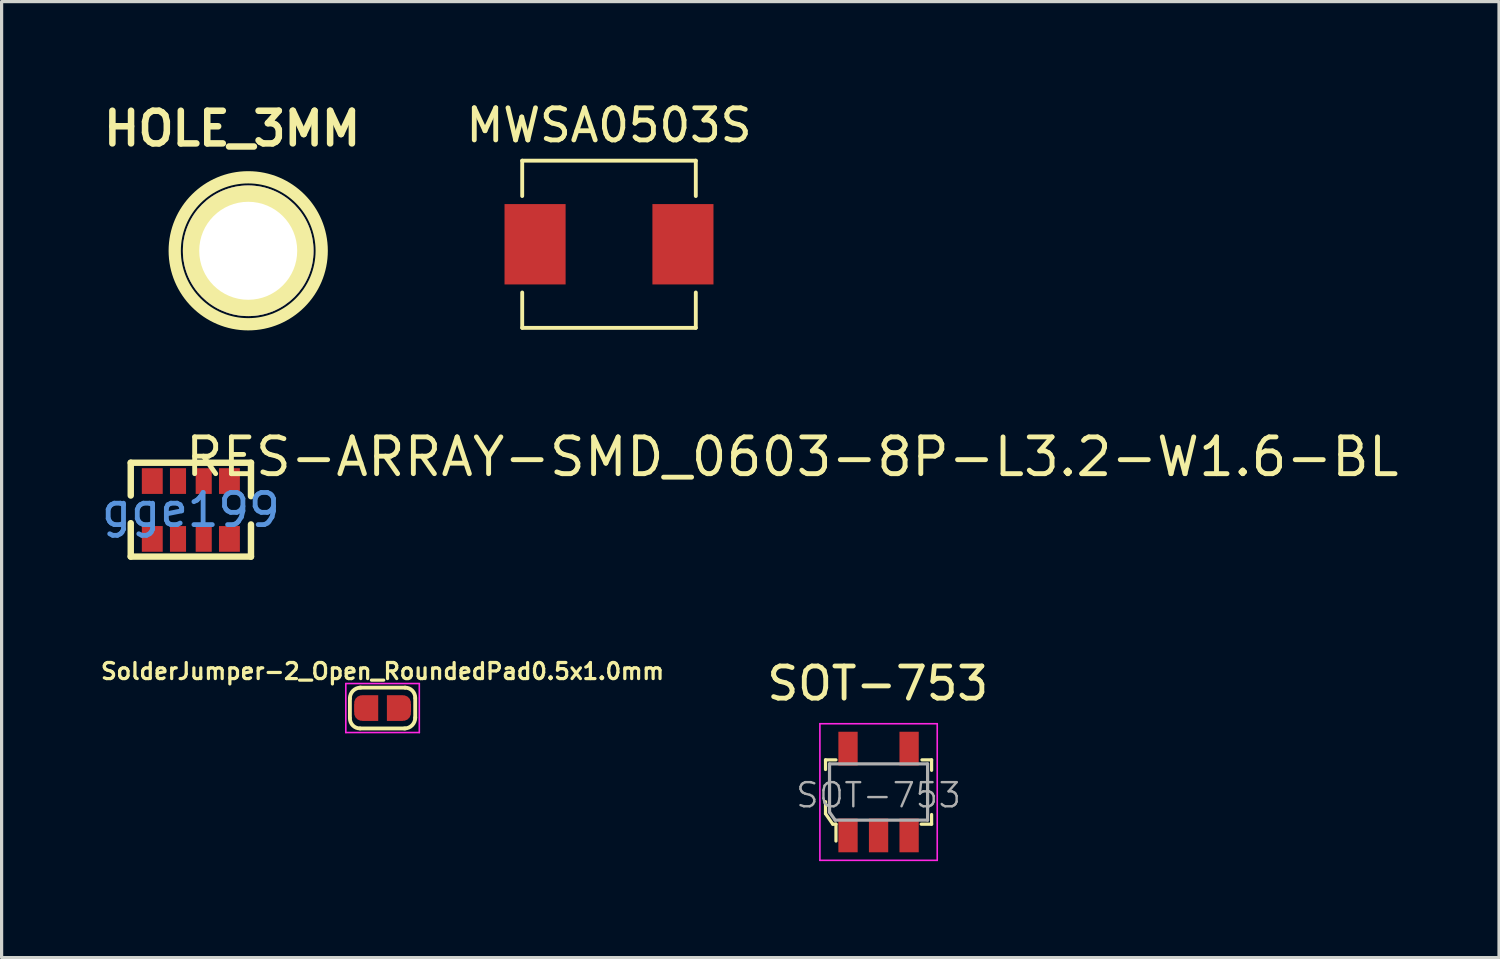
<source format=kicad_pcb>
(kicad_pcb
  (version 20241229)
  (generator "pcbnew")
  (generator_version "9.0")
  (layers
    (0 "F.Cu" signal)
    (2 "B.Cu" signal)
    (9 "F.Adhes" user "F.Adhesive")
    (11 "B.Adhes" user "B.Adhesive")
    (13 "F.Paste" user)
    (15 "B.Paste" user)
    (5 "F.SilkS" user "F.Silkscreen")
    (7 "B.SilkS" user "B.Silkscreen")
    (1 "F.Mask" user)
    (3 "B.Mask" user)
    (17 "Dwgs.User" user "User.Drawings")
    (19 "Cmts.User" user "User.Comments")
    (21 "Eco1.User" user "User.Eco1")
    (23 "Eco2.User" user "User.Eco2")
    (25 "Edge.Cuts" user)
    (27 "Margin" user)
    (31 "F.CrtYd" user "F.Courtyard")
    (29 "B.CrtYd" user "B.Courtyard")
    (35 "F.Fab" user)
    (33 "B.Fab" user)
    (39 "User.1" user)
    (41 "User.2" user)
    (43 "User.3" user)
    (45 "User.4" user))
  (footprint "HOLE_3MM"
    (layer "F.Cu")
    (at 4.671 4.751)
    (property "Reference" "HOLE_3MM" (at -0.5 -3.8 0) (layer "F.SilkS") (effects (font (size 1.016 1.016) (thickness 0.203))))
    (attr through_hole)
    (fp_circle (center 0 0) (end 0 -2.286) (stroke (width 0.381) (type solid)) (fill no) (layer "F.SilkS"))
    (pad "1" thru_hole circle (at 0 0) (size 4.064 4.064) (drill 3.048) (layers "*.Cu" "*.Mask" "F.SilkS")))
  (footprint "MWSA0503S"
    (layer "F.Cu")
    (at 15.894 4.548)
    (property "Reference" "MWSA0503S" (at 0 -3.7 0) (layer "F.SilkS") (effects (font (size 1 1) (thickness 0.15))))
    (attr smd)
    (fp_line (start -2.7 -2.6) (end -2.7 -1.5) (stroke (width 0.12) (type solid)) (layer "F.SilkS"))
    (fp_line (start -2.7 -2.6) (end 2.7 -2.6) (stroke (width 0.12) (type solid)) (layer "F.SilkS"))
    (fp_line (start -2.7 2.6) (end -2.7 1.5) (stroke (width 0.12) (type solid)) (layer "F.SilkS"))
    (fp_line (start -2.7 2.6) (end 2.7 2.6) (stroke (width 0.12) (type solid)) (layer "F.SilkS"))
    (fp_line (start 2.7 -2.6) (end 2.7 -1.5) (stroke (width 0.12) (type solid)) (layer "F.SilkS"))
    (fp_line (start 2.7 2.6) (end 2.7 1.5) (stroke (width 0.12) (type solid)) (layer "F.SilkS"))
    (pad "1" smd rect (at 2.3 0) (size 1.9 2.5) (layers "F.Cu" "F.Mask" "F.Paste"))
    (pad "2" smd rect (at -2.3 0) (size 1.9 2.5) (layers "F.Cu" "F.Mask" "F.Paste")))
  (footprint "RES-ARRAY-SMD_0603-8P-L3.2-W1.6-BL"
    (layer "F.Cu")
    (at 2.887 12.814)
    (property "Reference" "RES-ARRAY-SMD_0603-8P-L3.2-W1.6-BL" (at -0.254 -1.651 0) (layer "F.SilkS") (effects (font (size 1.143 1.143) (thickness 0.152)) (justify left)))
    (attr smd)
    (fp_line (start -1.87 -1.47) (end 1.87 -1.47) (stroke (width 0.2) (type solid)) (layer "F.SilkS"))
    (fp_line (start -1.87 -0.45) (end -1.87 -1.47) (stroke (width 0.2) (type solid)) (layer "F.SilkS"))
    (fp_line (start -1.87 1.45) (end -1.87 0.41) (stroke (width 0.2) (type solid)) (layer "F.SilkS"))
    (fp_line (start 1.87 -1.47) (end 1.87 -0.43) (stroke (width 0.2) (type solid)) (layer "F.SilkS"))
    (fp_line (start 1.87 0.45) (end 1.87 1.45) (stroke (width 0.2) (type solid)) (layer "F.SilkS"))
    (fp_line (start 1.87 1.45) (end -1.87 1.45) (stroke (width 0.2) (type solid)) (layer "F.SilkS"))
    (fp_text user "gge199" (at 0 0 0) (layer "Cmts.User") (effects (font (size 1 1) (thickness 0.15))))
    (pad "1" smd rect (at -1.2 0.9) (size 0.65 0.8) (layers "F.Cu" "F.Mask" "F.Paste"))
    (pad "2" smd rect (at -0.4 0.9) (size 0.5 0.8) (layers "F.Cu" "F.Mask" "F.Paste"))
    (pad "3" smd rect (at 0.4 0.9) (size 0.5 0.8) (layers "F.Cu" "F.Mask" "F.Paste"))
    (pad "4" smd rect (at 1.2 0.9) (size 0.65 0.8) (layers "F.Cu" "F.Mask" "F.Paste"))
    (pad "5" smd rect (at 1.2 -0.9) (size 0.65 0.8) (layers "F.Cu" "F.Mask" "F.Paste"))
    (pad "6" smd rect (at 0.4 -0.9) (size 0.5 0.8) (layers "F.Cu" "F.Mask" "F.Paste"))
    (pad "7" smd rect (at -0.4 -0.9) (size 0.5 0.8) (layers "F.Cu" "F.Mask" "F.Paste"))
    (pad "8" smd rect (at -1.2 -0.9) (size 0.65 0.8) (layers "F.Cu" "F.Mask" "F.Paste")))
  (footprint "SolderJumper-2_Open_RoundedPad0.5x1.0mm"
    (layer "F.Cu")
    (at 8.85 18.975)
    (property "Reference" "SolderJumper-2_Open_RoundedPad0.5x1.0mm" (at 0 -1.143 0) (layer "F.SilkS") (effects (font (size 0.5 0.5) (thickness 0.1))))
    (attr exclude_from_pos_files exclude_from_bom)
    (fp_line (start -1.016 0.3) (end -1.016 -0.3) (stroke (width 0.12) (type solid)) (layer "F.SilkS"))
    (fp_line (start -0.7 -0.635) (end 0.7 -0.635) (stroke (width 0.12) (type solid)) (layer "F.SilkS"))
    (fp_line (start 0.7 0.635) (end -0.7 0.635) (stroke (width 0.12) (type solid)) (layer "F.SilkS"))
    (fp_line (start 1.016 -0.3) (end 1.016 0.3) (stroke (width 0.12) (type solid)) (layer "F.SilkS"))
    (fp_arc (start -1.016 -0.3) (mid -0.917881 -0.536881) (end -0.681 -0.635) (stroke (width 0.12) (type solid)) (layer "F.SilkS"))
    (fp_arc (start -0.7 0.635) (mid -0.923446 0.542446) (end -1.016 0.319) (stroke (width 0.12) (type solid)) (layer "F.SilkS"))
    (fp_arc (start 0.7 -0.635) (mid 0.923446 -0.542446) (end 1.016 -0.319) (stroke (width 0.12) (type solid)) (layer "F.SilkS"))
    (fp_arc (start 1.016 0.3) (mid 0.917881 0.536881) (end 0.681 0.635) (stroke (width 0.12) (type solid)) (layer "F.SilkS"))
    (fp_line (start -1.143 -0.762) (end -1.143 0.762) (stroke (width 0.05) (type solid)) (layer "F.CrtYd"))
    (fp_line (start -1.143 -0.762) (end 1.143 -0.762) (stroke (width 0.05) (type solid)) (layer "F.CrtYd"))
    (fp_line (start 1.143 0.762) (end -1.143 0.762) (stroke (width 0.05) (type solid)) (layer "F.CrtYd"))
    (fp_line (start 1.143 0.762) (end 1.143 -0.762) (stroke (width 0.05) (type solid)) (layer "F.CrtYd"))
    (pad "1" smd custom (at -0.635 0) (size 0.5 0.25) (layers "F.Cu" "F.Mask") (options (anchor rect)) (primitives (gr_circle (center 0 0.15) (end 0.25 0.15) (width 0) (fill yes)) (gr_circle (center 0 -0.15) (end 0.25 -0.15) (width 0) (fill yes)) (gr_poly (pts (xy 0 -0.4) (xy 0.5 -0.4) (xy 0.5 0.4) (xy 0 0.4)) (width 0) (fill yes))))
    (pad "2" smd custom (at 0.635 0) (size 0.5 0.25) (layers "F.Cu" "F.Mask") (options (anchor rect)) (primitives (gr_circle (center 0 0.15) (end 0.25 0.15) (width 0) (fill yes)) (gr_circle (center 0 -0.15) (end 0.25 -0.15) (width 0) (fill yes)) (gr_poly (pts (xy 0 -0.4) (xy -0.5 -0.4) (xy -0.5 0.4) (xy 0 0.4)) (width 0) (fill yes)))))
  (footprint "SOT-753"
    (layer "F.Cu")
    (at 24.279 21.587)
    (property "Reference" "SOT-753" (at -0.025 -3.375 0) (layer "F.SilkS") (effects (font (size 1 1) (thickness 0.15))))
    (attr smd)
    (fp_line (start -1.65 -1) (end -1.65 -0.7) (stroke (width 0.1) (type solid)) (layer "F.SilkS"))
    (fp_line (start -1.65 0.675) (end -1.65 0.3) (stroke (width 0.1) (type solid)) (layer "F.SilkS"))
    (fp_line (start -1.65 0.675) (end -1.425 1) (stroke (width 0.1) (type solid)) (layer "F.SilkS"))
    (fp_line (start -1.425 1) (end -1.325 1) (stroke (width 0.1) (type solid)) (layer "F.SilkS"))
    (fp_line (start -1.325 -1) (end -1.65 -1) (stroke (width 0.1) (type solid)) (layer "F.SilkS"))
    (fp_line (start -1.325 1) (end -1.325 1.525) (stroke (width 0.1) (type solid)) (layer "F.SilkS"))
    (fp_line (start 1.325 1) (end 1.65 1) (stroke (width 0.1) (type solid)) (layer "F.SilkS"))
    (fp_line (start 1.35 -1) (end 1.65 -1) (stroke (width 0.1) (type solid)) (layer "F.SilkS"))
    (fp_line (start 1.65 -1) (end 1.65 -0.675) (stroke (width 0.1) (type solid)) (layer "F.SilkS"))
    (fp_line (start 1.65 1) (end 1.65 0.7) (stroke (width 0.1) (type solid)) (layer "F.SilkS"))
    (fp_line (start -1.825 -2.125) (end 1.825 -2.125) (stroke (width 0.05) (type solid)) (layer "F.CrtYd"))
    (fp_line (start -1.825 2.125) (end -1.825 -2.125) (stroke (width 0.05) (type solid)) (layer "F.CrtYd"))
    (fp_line (start 1.825 -2.125) (end 1.825 2.125) (stroke (width 0.05) (type solid)) (layer "F.CrtYd"))
    (fp_line (start 1.825 2.125) (end -1.825 2.125) (stroke (width 0.05) (type solid)) (layer "F.CrtYd"))
    (fp_line (start -1.525 -0.875) (end 1.525 -0.875) (stroke (width 0.1) (type solid)) (layer "F.Fab"))
    (fp_line (start -1.525 0.625) (end -1.525 -0.875) (stroke (width 0.1) (type solid)) (layer "F.Fab"))
    (fp_line (start -1.525 0.625) (end -1.35 0.875) (stroke (width 0.1) (type solid)) (layer "F.Fab"))
    (fp_line (start -1.35 0.875) (end 1.525 0.875) (stroke (width 0.1) (type solid)) (layer "F.Fab"))
    (fp_line (start 1.525 -0.875) (end 1.525 0.875) (stroke (width 0.1) (type solid)) (layer "F.Fab"))
    (fp_text user "${REFERENCE}" (at 0 0.1 0) (layer "F.Fab") (effects (font (size 0.75 0.75) (thickness 0.075))))
    (pad "1" smd rect (at -0.95 1.35) (size 0.6 1.05) (layers "F.Cu" "F.Mask" "F.Paste"))
    (pad "2" smd rect (at 0 1.35) (size 0.6 1.05) (layers "F.Cu" "F.Mask" "F.Paste"))
    (pad "3" smd rect (at 0.95 1.35) (size 0.6 1.05) (layers "F.Cu" "F.Mask" "F.Paste"))
    (pad "4" smd rect (at 0.95 -1.35) (size 0.6 1.05) (layers "F.Cu" "F.Mask" "F.Paste"))
    (pad "5" smd rect (at -0.95 -1.35) (size 0.6 1.05) (layers "F.Cu" "F.Mask" "F.Paste")))
  (gr_rect
    (start -3 -3)
    (end 43.579 26.737)
    (stroke (width 0.1) (type default))
    (fill no)
    (layer "Edge.Cuts")))
</source>
